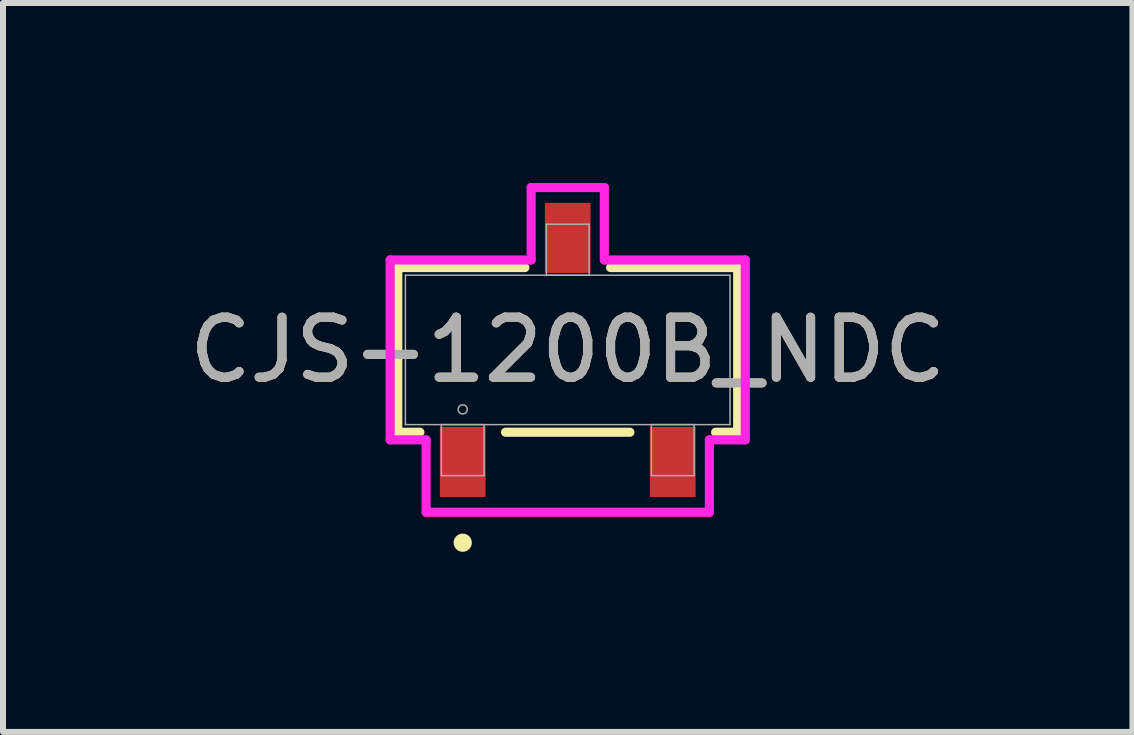
<source format=kicad_pcb>
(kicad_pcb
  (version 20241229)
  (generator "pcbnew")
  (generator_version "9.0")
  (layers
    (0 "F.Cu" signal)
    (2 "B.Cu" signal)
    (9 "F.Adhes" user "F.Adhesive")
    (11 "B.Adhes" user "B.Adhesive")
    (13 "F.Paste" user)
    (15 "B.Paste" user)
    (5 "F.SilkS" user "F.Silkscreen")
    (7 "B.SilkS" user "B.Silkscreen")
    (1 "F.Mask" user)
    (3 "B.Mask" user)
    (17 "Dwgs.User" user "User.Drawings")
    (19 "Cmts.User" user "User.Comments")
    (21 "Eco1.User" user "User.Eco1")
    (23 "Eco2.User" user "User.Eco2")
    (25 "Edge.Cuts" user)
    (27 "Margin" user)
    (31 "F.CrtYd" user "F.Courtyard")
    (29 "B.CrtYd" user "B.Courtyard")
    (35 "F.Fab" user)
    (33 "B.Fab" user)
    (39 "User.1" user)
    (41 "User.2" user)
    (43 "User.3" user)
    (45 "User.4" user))
  (footprint "CJS-1200B_NDC"
    (layer "F.Cu")
    (at 6.411 2.781)
    (property "Reference" "CJS-1200B_NDC" (at 0 0 0) (unlocked yes) (layer "F.SilkS") (effects (font (size 1 1) (thickness 0.15))))
    (attr smd)
    (fp_line (start -2.832 -1.372) (end -2.832 1.372) (stroke (width 0.152) (type solid)) (layer "F.SilkS"))
    (fp_line (start -2.832 1.372) (end -2.464 1.372) (stroke (width 0.152) (type solid)) (layer "F.SilkS"))
    (fp_line (start -1.036 1.372) (end 1.036 1.372) (stroke (width 0.152) (type solid)) (layer "F.SilkS"))
    (fp_line (start -0.714 -1.372) (end -2.832 -1.372) (stroke (width 0.152) (type solid)) (layer "F.SilkS"))
    (fp_line (start 2.464 1.372) (end 2.832 1.372) (stroke (width 0.152) (type solid)) (layer "F.SilkS"))
    (fp_line (start 2.832 -1.372) (end 0.714 -1.372) (stroke (width 0.152) (type solid)) (layer "F.SilkS"))
    (fp_line (start 2.832 1.372) (end 2.832 -1.372) (stroke (width 0.152) (type solid)) (layer "F.SilkS"))
    (fp_circle (center -1.75 3.213) (end -1.674 3.213) (stroke (width 0.152) (type solid)) (fill no) (layer "F.SilkS"))
    (fp_line (start -2.959 -1.499) (end -0.61 -1.499) (stroke (width 0.152) (type solid)) (layer "F.CrtYd"))
    (fp_line (start -2.959 1.499) (end -2.959 -1.499) (stroke (width 0.152) (type solid)) (layer "F.CrtYd"))
    (fp_line (start -2.959 1.499) (end -2.36 1.499) (stroke (width 0.152) (type solid)) (layer "F.CrtYd"))
    (fp_line (start -2.36 1.499) (end -2.36 2.705) (stroke (width 0.152) (type solid)) (layer "F.CrtYd"))
    (fp_line (start -2.36 2.705) (end 2.36 2.705) (stroke (width 0.152) (type solid)) (layer "F.CrtYd"))
    (fp_line (start -0.61 -2.705) (end 0.61 -2.705) (stroke (width 0.152) (type solid)) (layer "F.CrtYd"))
    (fp_line (start -0.61 -1.499) (end -0.61 -2.705) (stroke (width 0.152) (type solid)) (layer "F.CrtYd"))
    (fp_line (start 0.61 -1.499) (end 0.61 -2.705) (stroke (width 0.152) (type solid)) (layer "F.CrtYd"))
    (fp_line (start 2.36 1.499) (end 2.36 2.705) (stroke (width 0.152) (type solid)) (layer "F.CrtYd"))
    (fp_line (start 2.959 -1.499) (end 0.61 -1.499) (stroke (width 0.152) (type solid)) (layer "F.CrtYd"))
    (fp_line (start 2.959 -1.499) (end 2.959 1.499) (stroke (width 0.152) (type solid)) (layer "F.CrtYd"))
    (fp_line (start 2.959 1.499) (end 2.36 1.499) (stroke (width 0.152) (type solid)) (layer "F.CrtYd"))
    (fp_line (start -2.705 -1.245) (end -2.705 1.245) (stroke (width 0.025) (type solid)) (layer "F.Fab"))
    (fp_line (start -2.705 1.245) (end 2.705 1.245) (stroke (width 0.025) (type solid)) (layer "F.Fab"))
    (fp_line (start -2.106 1.245) (end -2.106 2.095) (stroke (width 0.025) (type solid)) (layer "F.Fab"))
    (fp_line (start -2.106 2.095) (end -1.394 2.095) (stroke (width 0.025) (type solid)) (layer "F.Fab"))
    (fp_line (start -1.394 1.245) (end -2.106 1.245) (stroke (width 0.025) (type solid)) (layer "F.Fab"))
    (fp_line (start -1.394 2.095) (end -1.394 1.245) (stroke (width 0.025) (type solid)) (layer "F.Fab"))
    (fp_line (start -0.356 -2.095) (end -0.356 -1.245) (stroke (width 0.025) (type solid)) (layer "F.Fab"))
    (fp_line (start -0.356 -1.245) (end 0.356 -1.245) (stroke (width 0.025) (type solid)) (layer "F.Fab"))
    (fp_line (start 0.356 -2.095) (end -0.356 -2.095) (stroke (width 0.025) (type solid)) (layer "F.Fab"))
    (fp_line (start 0.356 -1.245) (end 0.356 -2.095) (stroke (width 0.025) (type solid)) (layer "F.Fab"))
    (fp_line (start 1.394 1.245) (end 1.394 2.095) (stroke (width 0.025) (type solid)) (layer "F.Fab"))
    (fp_line (start 1.394 2.095) (end 2.106 2.095) (stroke (width 0.025) (type solid)) (layer "F.Fab"))
    (fp_line (start 2.106 1.245) (end 1.394 1.245) (stroke (width 0.025) (type solid)) (layer "F.Fab"))
    (fp_line (start 2.106 2.095) (end 2.106 1.245) (stroke (width 0.025) (type solid)) (layer "F.Fab"))
    (fp_line (start 2.705 -1.245) (end -2.705 -1.245) (stroke (width 0.025) (type solid)) (layer "F.Fab"))
    (fp_line (start 2.705 1.245) (end 2.705 -1.245) (stroke (width 0.025) (type solid)) (layer "F.Fab"))
    (fp_circle (center -1.75 0.991) (end -1.674 0.991) (stroke (width 0.025) (type solid)) (fill no) (layer "F.Fab"))
    (fp_text user "${REFERENCE}" (at 0 0 0) (unlocked yes) (layer "F.Fab") (effects (font (size 1 1) (thickness 0.15))))
    (pad "1" smd rect (at -1.75 1.867) (size 0.762 1.168) (layers "F.Cu" "F.Mask" "F.Paste"))
    (pad "2" smd rect (at 0 -1.867) (size 0.762 1.168) (layers "F.Cu" "F.Mask" "F.Paste"))
    (pad "3" smd rect (at 1.75 1.867) (size 0.762 1.168) (layers "F.Cu" "F.Mask" "F.Paste")))
  (gr_rect
    (start -3 -3)
    (end 15.821 9.147)
    (stroke (width 0.1) (type default))
    (fill no)
    (layer "Edge.Cuts")))
</source>
